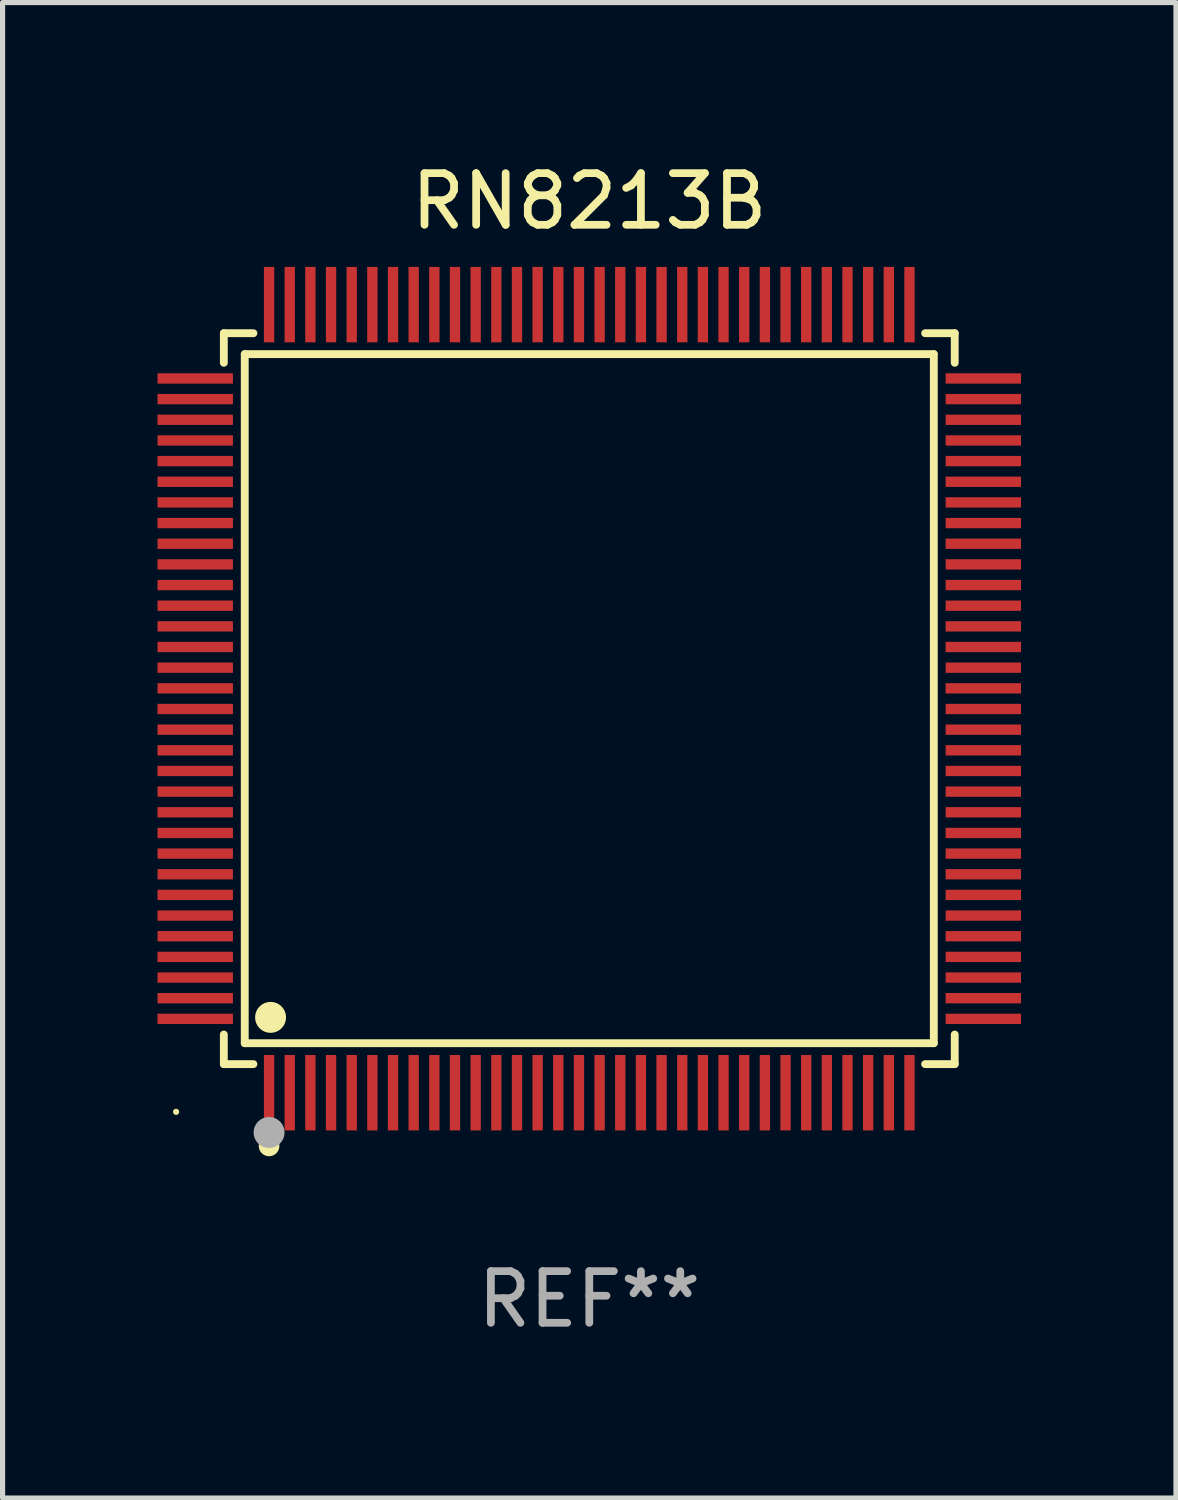
<source format=kicad_pcb>
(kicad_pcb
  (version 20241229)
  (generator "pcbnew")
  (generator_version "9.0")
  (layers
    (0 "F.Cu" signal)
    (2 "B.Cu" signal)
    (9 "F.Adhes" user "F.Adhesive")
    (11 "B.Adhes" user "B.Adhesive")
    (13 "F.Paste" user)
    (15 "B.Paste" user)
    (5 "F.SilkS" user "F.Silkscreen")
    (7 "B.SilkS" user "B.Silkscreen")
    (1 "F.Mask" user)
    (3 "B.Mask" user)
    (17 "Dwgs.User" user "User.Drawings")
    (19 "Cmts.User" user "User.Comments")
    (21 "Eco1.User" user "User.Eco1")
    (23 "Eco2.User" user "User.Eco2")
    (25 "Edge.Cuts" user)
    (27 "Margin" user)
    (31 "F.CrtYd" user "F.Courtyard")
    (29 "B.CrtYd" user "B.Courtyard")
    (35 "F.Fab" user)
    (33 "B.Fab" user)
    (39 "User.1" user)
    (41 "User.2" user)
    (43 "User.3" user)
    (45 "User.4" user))
  (footprint "RN8213B"
    (layer "F.Cu")
    (at 8.36 10.478)
    (property "Reference" "RN8213B" (at 0 -9.63 0) (layer "F.SilkS") (effects (font (size 1 1) (thickness 0.15))))
    (attr through_hole)
    (fp_line (start -7.076 -7.076) (end -6.503 -7.076) (stroke (width 0.152) (type solid)) (layer "F.SilkS"))
    (fp_line (start -7.076 -6.503) (end -7.076 -7.076) (stroke (width 0.152) (type solid)) (layer "F.SilkS"))
    (fp_line (start -7.076 6.503) (end -7.076 7.076) (stroke (width 0.152) (type solid)) (layer "F.SilkS"))
    (fp_line (start -7.076 7.076) (end -6.503 7.076) (stroke (width 0.152) (type solid)) (layer "F.SilkS"))
    (fp_line (start -6.671 -6.671) (end 6.671 -6.671) (stroke (width 0.152) (type solid)) (layer "F.SilkS"))
    (fp_line (start -6.671 6.671) (end -6.671 -6.671) (stroke (width 0.152) (type solid)) (layer "F.SilkS"))
    (fp_line (start 6.671 -6.671) (end 6.671 6.671) (stroke (width 0.152) (type solid)) (layer "F.SilkS"))
    (fp_line (start 6.671 6.671) (end -6.671 6.671) (stroke (width 0.152) (type solid)) (layer "F.SilkS"))
    (fp_line (start 7.076 -7.076) (end 6.503 -7.076) (stroke (width 0.152) (type solid)) (layer "F.SilkS"))
    (fp_line (start 7.076 -6.503) (end 7.076 -7.076) (stroke (width 0.152) (type solid)) (layer "F.SilkS"))
    (fp_line (start 7.076 6.503) (end 7.076 7.076) (stroke (width 0.152) (type solid)) (layer "F.SilkS"))
    (fp_line (start 7.076 7.076) (end 6.503 7.076) (stroke (width 0.152) (type solid)) (layer "F.SilkS"))
    (fp_circle (center -8 8) (end -7.97 8) (stroke (width 0.06) (type solid)) (fill no) (layer "F.SilkS"))
    (fp_circle (center -6.2 8.66) (end -6.1 8.66) (stroke (width 0.2) (type solid)) (fill no) (layer "F.SilkS"))
    (fp_circle (center -6.171 6.171) (end -6.021 6.171) (stroke (width 0.3) (type solid)) (fill no) (layer "F.SilkS"))
    (fp_circle (center -6.2 8.4) (end -6.05 8.4) (stroke (width 0.3) (type solid)) (fill no) (layer "F.Fab"))
    (fp_text user "REF**" (at 0 11.63 0) (layer "F.Fab") (effects (font (size 1 1) (thickness 0.15))))
    (pad "1" smd rect (at -6.2 7.63) (size 0.2 1.46) (layers "F.Cu" "F.Mask" "F.Paste"))
    (pad "2" smd rect (at -5.8 7.63) (size 0.2 1.46) (layers "F.Cu" "F.Mask" "F.Paste"))
    (pad "3" smd rect (at -5.4 7.63) (size 0.2 1.46) (layers "F.Cu" "F.Mask" "F.Paste"))
    (pad "4" smd rect (at -5 7.63) (size 0.2 1.46) (layers "F.Cu" "F.Mask" "F.Paste"))
    (pad "5" smd rect (at -4.6 7.63) (size 0.2 1.46) (layers "F.Cu" "F.Mask" "F.Paste"))
    (pad "6" smd rect (at -4.2 7.63) (size 0.2 1.46) (layers "F.Cu" "F.Mask" "F.Paste"))
    (pad "7" smd rect (at -3.8 7.63) (size 0.2 1.46) (layers "F.Cu" "F.Mask" "F.Paste"))
    (pad "8" smd rect (at -3.4 7.63) (size 0.2 1.46) (layers "F.Cu" "F.Mask" "F.Paste"))
    (pad "9" smd rect (at -3 7.63) (size 0.2 1.46) (layers "F.Cu" "F.Mask" "F.Paste"))
    (pad "10" smd rect (at -2.6 7.63) (size 0.2 1.46) (layers "F.Cu" "F.Mask" "F.Paste"))
    (pad "11" smd rect (at -2.2 7.63) (size 0.2 1.46) (layers "F.Cu" "F.Mask" "F.Paste"))
    (pad "12" smd rect (at -1.8 7.63) (size 0.2 1.46) (layers "F.Cu" "F.Mask" "F.Paste"))
    (pad "13" smd rect (at -1.4 7.63) (size 0.2 1.46) (layers "F.Cu" "F.Mask" "F.Paste"))
    (pad "14" smd rect (at -1 7.63) (size 0.2 1.46) (layers "F.Cu" "F.Mask" "F.Paste"))
    (pad "15" smd rect (at -0.6 7.63) (size 0.2 1.46) (layers "F.Cu" "F.Mask" "F.Paste"))
    (pad "16" smd rect (at -0.2 7.63) (size 0.2 1.46) (layers "F.Cu" "F.Mask" "F.Paste"))
    (pad "17" smd rect (at 0.2 7.63) (size 0.2 1.46) (layers "F.Cu" "F.Mask" "F.Paste"))
    (pad "18" smd rect (at 0.6 7.63) (size 0.2 1.46) (layers "F.Cu" "F.Mask" "F.Paste"))
    (pad "19" smd rect (at 1 7.63) (size 0.2 1.46) (layers "F.Cu" "F.Mask" "F.Paste"))
    (pad "20" smd rect (at 1.4 7.63) (size 0.2 1.46) (layers "F.Cu" "F.Mask" "F.Paste"))
    (pad "21" smd rect (at 1.8 7.63) (size 0.2 1.46) (layers "F.Cu" "F.Mask" "F.Paste"))
    (pad "22" smd rect (at 2.2 7.63) (size 0.2 1.46) (layers "F.Cu" "F.Mask" "F.Paste"))
    (pad "23" smd rect (at 2.6 7.63) (size 0.2 1.46) (layers "F.Cu" "F.Mask" "F.Paste"))
    (pad "24" smd rect (at 3 7.63) (size 0.2 1.46) (layers "F.Cu" "F.Mask" "F.Paste"))
    (pad "25" smd rect (at 3.4 7.63) (size 0.2 1.46) (layers "F.Cu" "F.Mask" "F.Paste"))
    (pad "26" smd rect (at 3.8 7.63) (size 0.2 1.46) (layers "F.Cu" "F.Mask" "F.Paste"))
    (pad "27" smd rect (at 4.2 7.63) (size 0.2 1.46) (layers "F.Cu" "F.Mask" "F.Paste"))
    (pad "28" smd rect (at 4.6 7.63) (size 0.2 1.46) (layers "F.Cu" "F.Mask" "F.Paste"))
    (pad "29" smd rect (at 5 7.63) (size 0.2 1.46) (layers "F.Cu" "F.Mask" "F.Paste"))
    (pad "30" smd rect (at 5.4 7.63) (size 0.2 1.46) (layers "F.Cu" "F.Mask" "F.Paste"))
    (pad "31" smd rect (at 5.8 7.63) (size 0.2 1.46) (layers "F.Cu" "F.Mask" "F.Paste"))
    (pad "32" smd rect (at 6.2 7.63) (size 0.2 1.46) (layers "F.Cu" "F.Mask" "F.Paste"))
    (pad "33" smd rect (at 7.63 6.2) (size 1.46 0.2) (layers "F.Cu" "F.Mask" "F.Paste"))
    (pad "34" smd rect (at 7.63 5.8) (size 1.46 0.2) (layers "F.Cu" "F.Mask" "F.Paste"))
    (pad "35" smd rect (at 7.63 5.4) (size 1.46 0.2) (layers "F.Cu" "F.Mask" "F.Paste"))
    (pad "36" smd rect (at 7.63 5) (size 1.46 0.2) (layers "F.Cu" "F.Mask" "F.Paste"))
    (pad "37" smd rect (at 7.63 4.6) (size 1.46 0.2) (layers "F.Cu" "F.Mask" "F.Paste"))
    (pad "38" smd rect (at 7.63 4.2) (size 1.46 0.2) (layers "F.Cu" "F.Mask" "F.Paste"))
    (pad "39" smd rect (at 7.63 3.8) (size 1.46 0.2) (layers "F.Cu" "F.Mask" "F.Paste"))
    (pad "40" smd rect (at 7.63 3.4) (size 1.46 0.2) (layers "F.Cu" "F.Mask" "F.Paste"))
    (pad "41" smd rect (at 7.63 3) (size 1.46 0.2) (layers "F.Cu" "F.Mask" "F.Paste"))
    (pad "42" smd rect (at 7.63 2.6) (size 1.46 0.2) (layers "F.Cu" "F.Mask" "F.Paste"))
    (pad "43" smd rect (at 7.63 2.2) (size 1.46 0.2) (layers "F.Cu" "F.Mask" "F.Paste"))
    (pad "44" smd rect (at 7.63 1.8) (size 1.46 0.2) (layers "F.Cu" "F.Mask" "F.Paste"))
    (pad "45" smd rect (at 7.63 1.4) (size 1.46 0.2) (layers "F.Cu" "F.Mask" "F.Paste"))
    (pad "46" smd rect (at 7.63 1) (size 1.46 0.2) (layers "F.Cu" "F.Mask" "F.Paste"))
    (pad "47" smd rect (at 7.63 0.6) (size 1.46 0.2) (layers "F.Cu" "F.Mask" "F.Paste"))
    (pad "48" smd rect (at 7.63 0.2) (size 1.46 0.2) (layers "F.Cu" "F.Mask" "F.Paste"))
    (pad "49" smd rect (at 7.63 -0.2) (size 1.46 0.2) (layers "F.Cu" "F.Mask" "F.Paste"))
    (pad "50" smd rect (at 7.63 -0.6) (size 1.46 0.2) (layers "F.Cu" "F.Mask" "F.Paste"))
    (pad "51" smd rect (at 7.63 -1) (size 1.46 0.2) (layers "F.Cu" "F.Mask" "F.Paste"))
    (pad "52" smd rect (at 7.63 -1.4) (size 1.46 0.2) (layers "F.Cu" "F.Mask" "F.Paste"))
    (pad "53" smd rect (at 7.63 -1.8) (size 1.46 0.2) (layers "F.Cu" "F.Mask" "F.Paste"))
    (pad "54" smd rect (at 7.63 -2.2) (size 1.46 0.2) (layers "F.Cu" "F.Mask" "F.Paste"))
    (pad "55" smd rect (at 7.63 -2.6) (size 1.46 0.2) (layers "F.Cu" "F.Mask" "F.Paste"))
    (pad "56" smd rect (at 7.63 -3) (size 1.46 0.2) (layers "F.Cu" "F.Mask" "F.Paste"))
    (pad "57" smd rect (at 7.63 -3.4) (size 1.46 0.2) (layers "F.Cu" "F.Mask" "F.Paste"))
    (pad "58" smd rect (at 7.63 -3.8) (size 1.46 0.2) (layers "F.Cu" "F.Mask" "F.Paste"))
    (pad "59" smd rect (at 7.63 -4.2) (size 1.46 0.2) (layers "F.Cu" "F.Mask" "F.Paste"))
    (pad "60" smd rect (at 7.63 -4.6) (size 1.46 0.2) (layers "F.Cu" "F.Mask" "F.Paste"))
    (pad "61" smd rect (at 7.63 -5) (size 1.46 0.2) (layers "F.Cu" "F.Mask" "F.Paste"))
    (pad "62" smd rect (at 7.63 -5.4) (size 1.46 0.2) (layers "F.Cu" "F.Mask" "F.Paste"))
    (pad "63" smd rect (at 7.63 -5.8) (size 1.46 0.2) (layers "F.Cu" "F.Mask" "F.Paste"))
    (pad "64" smd rect (at 7.63 -6.2) (size 1.46 0.2) (layers "F.Cu" "F.Mask" "F.Paste"))
    (pad "65" smd rect (at 6.2 -7.63) (size 0.2 1.46) (layers "F.Cu" "F.Mask" "F.Paste"))
    (pad "66" smd rect (at 5.8 -7.63) (size 0.2 1.46) (layers "F.Cu" "F.Mask" "F.Paste"))
    (pad "67" smd rect (at 5.4 -7.63) (size 0.2 1.46) (layers "F.Cu" "F.Mask" "F.Paste"))
    (pad "68" smd rect (at 5 -7.63) (size 0.2 1.46) (layers "F.Cu" "F.Mask" "F.Paste"))
    (pad "69" smd rect (at 4.6 -7.63) (size 0.2 1.46) (layers "F.Cu" "F.Mask" "F.Paste"))
    (pad "70" smd rect (at 4.2 -7.63) (size 0.2 1.46) (layers "F.Cu" "F.Mask" "F.Paste"))
    (pad "71" smd rect (at 3.8 -7.63) (size 0.2 1.46) (layers "F.Cu" "F.Mask" "F.Paste"))
    (pad "72" smd rect (at 3.4 -7.63) (size 0.2 1.46) (layers "F.Cu" "F.Mask" "F.Paste"))
    (pad "73" smd rect (at 3 -7.63) (size 0.2 1.46) (layers "F.Cu" "F.Mask" "F.Paste"))
    (pad "74" smd rect (at 2.6 -7.63) (size 0.2 1.46) (layers "F.Cu" "F.Mask" "F.Paste"))
    (pad "75" smd rect (at 2.2 -7.63) (size 0.2 1.46) (layers "F.Cu" "F.Mask" "F.Paste"))
    (pad "76" smd rect (at 1.8 -7.63) (size 0.2 1.46) (layers "F.Cu" "F.Mask" "F.Paste"))
    (pad "77" smd rect (at 1.4 -7.63) (size 0.2 1.46) (layers "F.Cu" "F.Mask" "F.Paste"))
    (pad "78" smd rect (at 1 -7.63) (size 0.2 1.46) (layers "F.Cu" "F.Mask" "F.Paste"))
    (pad "79" smd rect (at 0.6 -7.63) (size 0.2 1.46) (layers "F.Cu" "F.Mask" "F.Paste"))
    (pad "80" smd rect (at 0.2 -7.63) (size 0.2 1.46) (layers "F.Cu" "F.Mask" "F.Paste"))
    (pad "81" smd rect (at -0.2 -7.63) (size 0.2 1.46) (layers "F.Cu" "F.Mask" "F.Paste"))
    (pad "82" smd rect (at -0.6 -7.63) (size 0.2 1.46) (layers "F.Cu" "F.Mask" "F.Paste"))
    (pad "83" smd rect (at -1 -7.63) (size 0.2 1.46) (layers "F.Cu" "F.Mask" "F.Paste"))
    (pad "84" smd rect (at -1.4 -7.63) (size 0.2 1.46) (layers "F.Cu" "F.Mask" "F.Paste"))
    (pad "85" smd rect (at -1.8 -7.63) (size 0.2 1.46) (layers "F.Cu" "F.Mask" "F.Paste"))
    (pad "86" smd rect (at -2.2 -7.63) (size 0.2 1.46) (layers "F.Cu" "F.Mask" "F.Paste"))
    (pad "87" smd rect (at -2.6 -7.63) (size 0.2 1.46) (layers "F.Cu" "F.Mask" "F.Paste"))
    (pad "88" smd rect (at -3 -7.63) (size 0.2 1.46) (layers "F.Cu" "F.Mask" "F.Paste"))
    (pad "89" smd rect (at -3.4 -7.63) (size 0.2 1.46) (layers "F.Cu" "F.Mask" "F.Paste"))
    (pad "90" smd rect (at -3.8 -7.63) (size 0.2 1.46) (layers "F.Cu" "F.Mask" "F.Paste"))
    (pad "91" smd rect (at -4.2 -7.63) (size 0.2 1.46) (layers "F.Cu" "F.Mask" "F.Paste"))
    (pad "92" smd rect (at -4.6 -7.63) (size 0.2 1.46) (layers "F.Cu" "F.Mask" "F.Paste"))
    (pad "93" smd rect (at -5 -7.63) (size 0.2 1.46) (layers "F.Cu" "F.Mask" "F.Paste"))
    (pad "94" smd rect (at -5.4 -7.63) (size 0.2 1.46) (layers "F.Cu" "F.Mask" "F.Paste"))
    (pad "95" smd rect (at -5.8 -7.63) (size 0.2 1.46) (layers "F.Cu" "F.Mask" "F.Paste"))
    (pad "96" smd rect (at -6.2 -7.63) (size 0.2 1.46) (layers "F.Cu" "F.Mask" "F.Paste"))
    (pad "97" smd rect (at -7.63 -6.2) (size 1.46 0.2) (layers "F.Cu" "F.Mask" "F.Paste"))
    (pad "98" smd rect (at -7.63 -5.8) (size 1.46 0.2) (layers "F.Cu" "F.Mask" "F.Paste"))
    (pad "99" smd rect (at -7.63 -5.4) (size 1.46 0.2) (layers "F.Cu" "F.Mask" "F.Paste"))
    (pad "100" smd rect (at -7.63 -5) (size 1.46 0.2) (layers "F.Cu" "F.Mask" "F.Paste"))
    (pad "101" smd rect (at -7.63 -4.6) (size 1.46 0.2) (layers "F.Cu" "F.Mask" "F.Paste"))
    (pad "102" smd rect (at -7.63 -4.2) (size 1.46 0.2) (layers "F.Cu" "F.Mask" "F.Paste"))
    (pad "103" smd rect (at -7.63 -3.8) (size 1.46 0.2) (layers "F.Cu" "F.Mask" "F.Paste"))
    (pad "104" smd rect (at -7.63 -3.4) (size 1.46 0.2) (layers "F.Cu" "F.Mask" "F.Paste"))
    (pad "105" smd rect (at -7.63 -3) (size 1.46 0.2) (layers "F.Cu" "F.Mask" "F.Paste"))
    (pad "106" smd rect (at -7.63 -2.6) (size 1.46 0.2) (layers "F.Cu" "F.Mask" "F.Paste"))
    (pad "107" smd rect (at -7.63 -2.2) (size 1.46 0.2) (layers "F.Cu" "F.Mask" "F.Paste"))
    (pad "108" smd rect (at -7.63 -1.8) (size 1.46 0.2) (layers "F.Cu" "F.Mask" "F.Paste"))
    (pad "109" smd rect (at -7.63 -1.4) (size 1.46 0.2) (layers "F.Cu" "F.Mask" "F.Paste"))
    (pad "110" smd rect (at -7.63 -1) (size 1.46 0.2) (layers "F.Cu" "F.Mask" "F.Paste"))
    (pad "111" smd rect (at -7.63 -0.6) (size 1.46 0.2) (layers "F.Cu" "F.Mask" "F.Paste"))
    (pad "112" smd rect (at -7.63 -0.2) (size 1.46 0.2) (layers "F.Cu" "F.Mask" "F.Paste"))
    (pad "113" smd rect (at -7.63 0.2) (size 1.46 0.2) (layers "F.Cu" "F.Mask" "F.Paste"))
    (pad "114" smd rect (at -7.63 0.6) (size 1.46 0.2) (layers "F.Cu" "F.Mask" "F.Paste"))
    (pad "115" smd rect (at -7.63 1) (size 1.46 0.2) (layers "F.Cu" "F.Mask" "F.Paste"))
    (pad "116" smd rect (at -7.63 1.4) (size 1.46 0.2) (layers "F.Cu" "F.Mask" "F.Paste"))
    (pad "117" smd rect (at -7.63 1.8) (size 1.46 0.2) (layers "F.Cu" "F.Mask" "F.Paste"))
    (pad "118" smd rect (at -7.63 2.2) (size 1.46 0.2) (layers "F.Cu" "F.Mask" "F.Paste"))
    (pad "119" smd rect (at -7.63 2.6) (size 1.46 0.2) (layers "F.Cu" "F.Mask" "F.Paste"))
    (pad "120" smd rect (at -7.63 3) (size 1.46 0.2) (layers "F.Cu" "F.Mask" "F.Paste"))
    (pad "121" smd rect (at -7.63 3.4) (size 1.46 0.2) (layers "F.Cu" "F.Mask" "F.Paste"))
    (pad "122" smd rect (at -7.63 3.8) (size 1.46 0.2) (layers "F.Cu" "F.Mask" "F.Paste"))
    (pad "123" smd rect (at -7.63 4.2) (size 1.46 0.2) (layers "F.Cu" "F.Mask" "F.Paste"))
    (pad "124" smd rect (at -7.63 4.6) (size 1.46 0.2) (layers "F.Cu" "F.Mask" "F.Paste"))
    (pad "125" smd rect (at -7.63 5) (size 1.46 0.2) (layers "F.Cu" "F.Mask" "F.Paste"))
    (pad "126" smd rect (at -7.63 5.4) (size 1.46 0.2) (layers "F.Cu" "F.Mask" "F.Paste"))
    (pad "127" smd rect (at -7.63 5.8) (size 1.46 0.2) (layers "F.Cu" "F.Mask" "F.Paste"))
    (pad "128" smd rect (at -7.63 6.2) (size 1.46 0.2) (layers "F.Cu" "F.Mask" "F.Paste")))
  (gr_rect
    (start -3 -3)
    (end 19.72 25.956)
    (stroke (width 0.1) (type default))
    (fill no)
    (layer "Edge.Cuts")))
</source>
